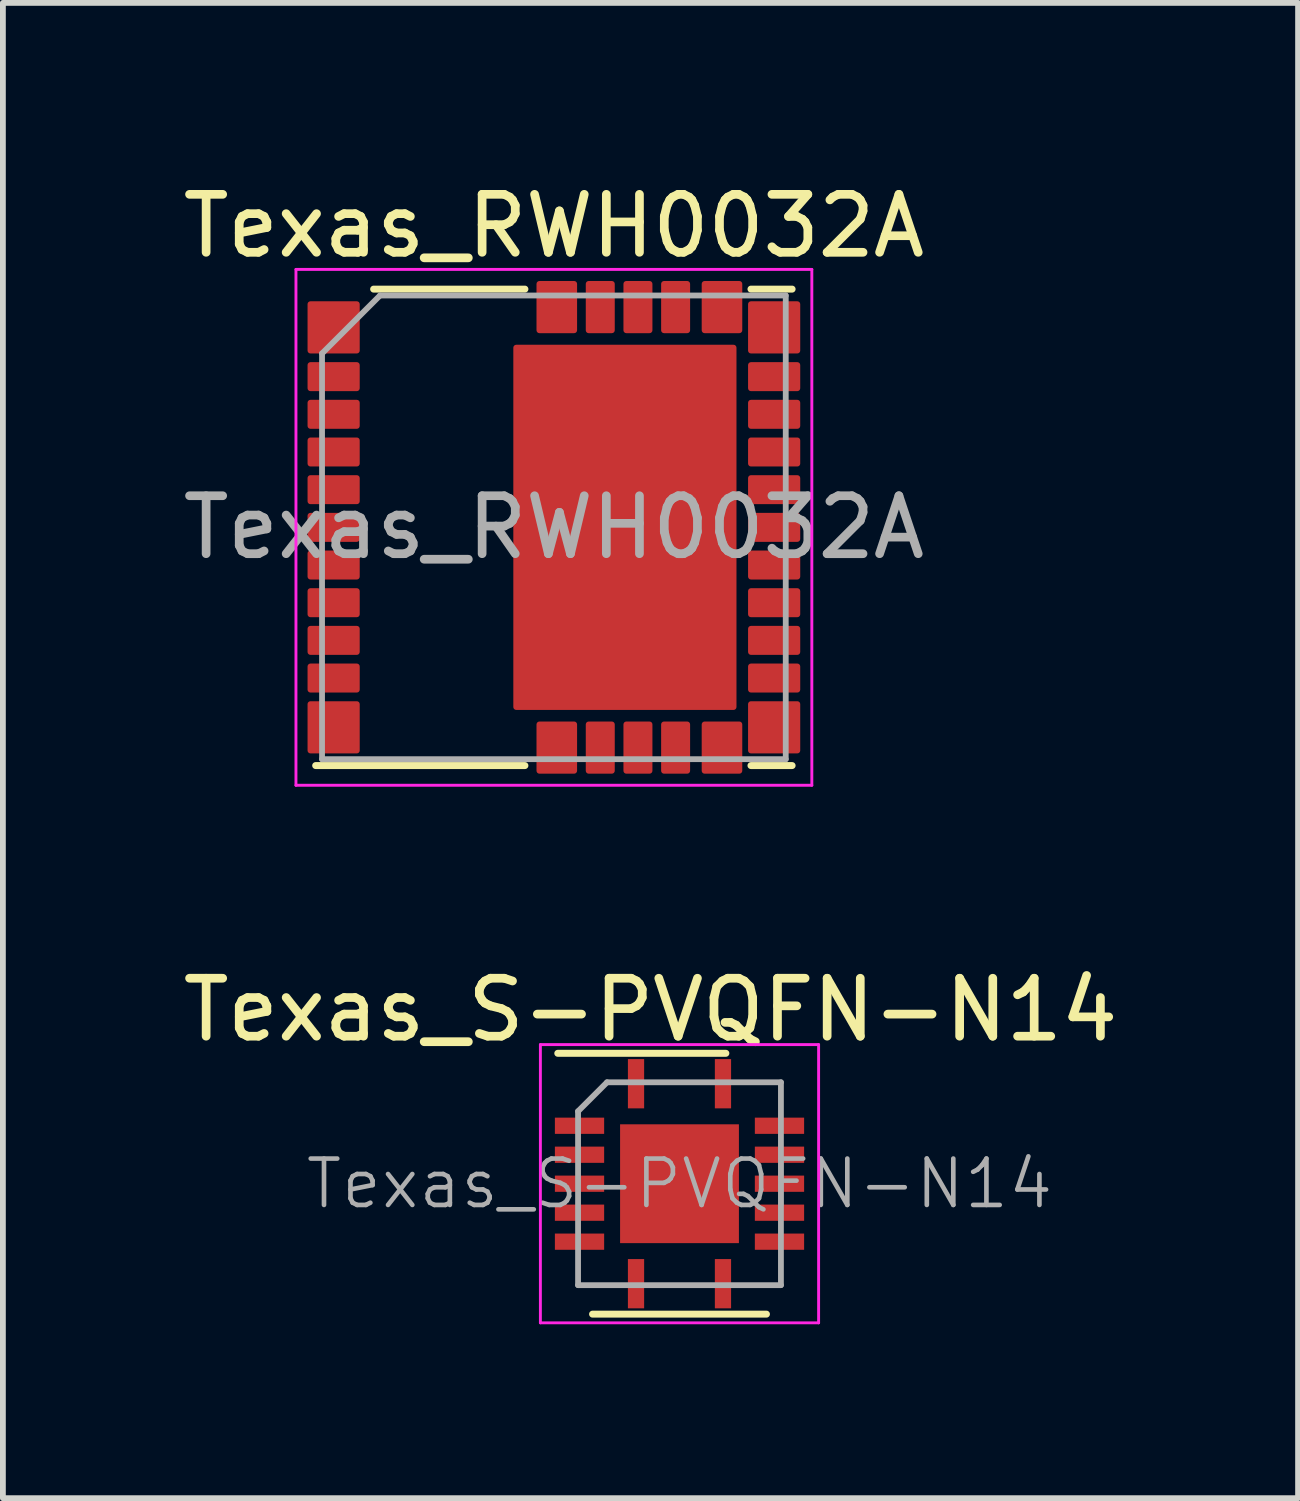
<source format=kicad_pcb>
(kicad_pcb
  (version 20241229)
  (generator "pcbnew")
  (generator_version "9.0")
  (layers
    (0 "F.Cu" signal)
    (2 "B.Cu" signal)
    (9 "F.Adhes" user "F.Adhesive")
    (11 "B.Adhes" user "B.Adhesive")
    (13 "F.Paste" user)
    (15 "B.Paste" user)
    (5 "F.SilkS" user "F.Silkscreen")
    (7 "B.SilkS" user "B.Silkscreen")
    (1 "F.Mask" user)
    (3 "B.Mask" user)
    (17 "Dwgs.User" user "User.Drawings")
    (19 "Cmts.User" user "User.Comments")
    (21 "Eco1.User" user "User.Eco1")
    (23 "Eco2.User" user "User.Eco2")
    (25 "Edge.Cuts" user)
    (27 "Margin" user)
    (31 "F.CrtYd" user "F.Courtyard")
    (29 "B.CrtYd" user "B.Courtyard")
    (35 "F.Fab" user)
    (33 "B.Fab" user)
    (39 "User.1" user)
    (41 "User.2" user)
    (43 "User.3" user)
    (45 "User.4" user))
  (footprint "Texas_S-PVQFN-N14"
    (layer "F.Cu")
    (at 8.673 17.372)
    (property "Reference" "Texas_S-PVQFN-N14" (at -0.5 -3 0) (layer "F.SilkS") (effects (font (size 1 1) (thickness 0.15))))
    (attr smd)
    (fp_line (start -1.5 2.25) (end 1.5 2.25) (stroke (width 0.12) (type solid)) (layer "F.SilkS"))
    (fp_line (start 0.8 -2.25) (end -2.1 -2.25) (stroke (width 0.12) (type solid)) (layer "F.SilkS"))
    (fp_line (start -2.4 -2.4) (end 2.4 -2.4) (stroke (width 0.05) (type solid)) (layer "F.CrtYd"))
    (fp_line (start -2.4 2.4) (end -2.4 -2.4) (stroke (width 0.05) (type solid)) (layer "F.CrtYd"))
    (fp_line (start 2.4 -2.4) (end 2.4 2.4) (stroke (width 0.05) (type solid)) (layer "F.CrtYd"))
    (fp_line (start 2.4 2.4) (end -2.4 2.4) (stroke (width 0.05) (type solid)) (layer "F.CrtYd"))
    (fp_line (start -1.75 1.75) (end -1.75 -1.25) (stroke (width 0.1) (type solid)) (layer "F.Fab"))
    (fp_line (start -1.25 -1.75) (end -1.75 -1.25) (stroke (width 0.1) (type solid)) (layer "F.Fab"))
    (fp_line (start -1.25 -1.75) (end 1.75 -1.75) (stroke (width 0.1) (type solid)) (layer "F.Fab"))
    (fp_line (start 1.75 -1.75) (end 1.75 1.75) (stroke (width 0.1) (type solid)) (layer "F.Fab"))
    (fp_line (start 1.75 1.75) (end -1.75 1.75) (stroke (width 0.1) (type solid)) (layer "F.Fab"))
    (fp_text user "${REFERENCE}" (at 0 0 0) (layer "F.Fab") (effects (font (size 0.8 0.8) (thickness 0.08))))
    (pad "" smd rect (at -0.56 -0.56 270) (size 0.82 0.82) (layers "F.Paste"))
    (pad "" smd rect (at -0.56 0.56 270) (size 0.82 0.82) (layers "F.Paste"))
    (pad "" smd rect (at 0.56 -0.56 270) (size 0.82 0.82) (layers "F.Paste"))
    (pad "" smd rect (at 0.56 0.56 270) (size 0.82 0.82) (layers "F.Paste"))
    (pad "1" smd rect (at -0.75 -1.725 270) (size 0.85 0.28) (layers "F.Cu" "F.Mask" "F.Paste"))
    (pad "2" smd rect (at -1.725 -1 270) (size 0.28 0.85) (layers "F.Cu" "F.Mask" "F.Paste"))
    (pad "3" smd rect (at -1.725 -0.5 270) (size 0.28 0.85) (layers "F.Cu" "F.Mask" "F.Paste"))
    (pad "4" smd rect (at -1.725 0 270) (size 0.28 0.85) (layers "F.Cu" "F.Mask" "F.Paste"))
    (pad "5" smd rect (at -1.725 0.5 270) (size 0.28 0.85) (layers "F.Cu" "F.Mask" "F.Paste"))
    (pad "6" smd rect (at -1.725 1 270) (size 0.28 0.85) (layers "F.Cu" "F.Mask" "F.Paste"))
    (pad "7" smd rect (at -0.75 1.725 270) (size 0.85 0.28) (layers "F.Cu" "F.Mask" "F.Paste"))
    (pad "8" smd rect (at 0.75 1.725 270) (size 0.85 0.28) (layers "F.Cu" "F.Mask" "F.Paste"))
    (pad "9" smd rect (at 1.725 1 270) (size 0.28 0.85) (layers "F.Cu" "F.Mask" "F.Paste"))
    (pad "10" smd rect (at 1.725 0.5 270) (size 0.28 0.85) (layers "F.Cu" "F.Mask" "F.Paste"))
    (pad "11" smd rect (at 1.725 0 270) (size 0.28 0.85) (layers "F.Cu" "F.Mask" "F.Paste"))
    (pad "12" smd rect (at 1.725 -0.5 270) (size 0.28 0.85) (layers "F.Cu" "F.Mask" "F.Paste"))
    (pad "13" smd rect (at 1.725 -1 270) (size 0.28 0.85) (layers "F.Cu" "F.Mask" "F.Paste"))
    (pad "14" smd rect (at 0.75 -1.725 270) (size 0.85 0.28) (layers "F.Cu" "F.Mask" "F.Paste"))
    (pad "15" smd rect (at 0 0 270) (size 2.05 2.05) (layers "F.Cu" "F.Mask")))
  (footprint "Texas_RWH0032A"
    (layer "F.Cu")
    (at 6.506 6.048)
    (property "Reference" "Texas_RWH0032A" (at 0 -5.2 0) (layer "F.SilkS") (effects (font (size 1 1) (thickness 0.15))))
    (attr smd)
    (fp_line (start -3.11 -4.11) (end -0.5 -4.11) (stroke (width 0.12) (type solid)) (layer "F.SilkS"))
    (fp_line (start -0.5 4.11) (end -4.11 4.11) (stroke (width 0.12) (type solid)) (layer "F.SilkS"))
    (fp_line (start 3.4 -4.11) (end 4.11 -4.11) (stroke (width 0.12) (type solid)) (layer "F.SilkS"))
    (fp_line (start 4.11 4.11) (end 3.4 4.11) (stroke (width 0.12) (type solid)) (layer "F.SilkS"))
    (fp_line (start -4.45 -4.45) (end 4.45 -4.45) (stroke (width 0.05) (type solid)) (layer "F.CrtYd"))
    (fp_line (start -4.45 4.45) (end -4.45 -4.45) (stroke (width 0.05) (type solid)) (layer "F.CrtYd"))
    (fp_line (start 4.45 -4.45) (end 4.45 4.45) (stroke (width 0.05) (type solid)) (layer "F.CrtYd"))
    (fp_line (start 4.45 4.45) (end -4.45 4.45) (stroke (width 0.05) (type solid)) (layer "F.CrtYd"))
    (fp_line (start -4 4) (end -4 -3) (stroke (width 0.1) (type solid)) (layer "F.Fab"))
    (fp_line (start -3 -4) (end -4 -3) (stroke (width 0.1) (type solid)) (layer "F.Fab"))
    (fp_line (start -3 -4) (end 4 -4) (stroke (width 0.1) (type solid)) (layer "F.Fab"))
    (fp_line (start 4 -4) (end 4 4) (stroke (width 0.1) (type solid)) (layer "F.Fab"))
    (fp_line (start 4 4) (end -4 4) (stroke (width 0.1) (type solid)) (layer "F.Fab"))
    (fp_text user "${REFERENCE}" (at 0 0 0) (layer "F.Fab") (effects (font (size 1 1) (thickness 0.15))))
    (pad "" smd roundrect (at -3.8 -2.6) (size 0.76 0.4) (layers "F.Paste") (roundrect_rratio 0.125))
    (pad "" smd roundrect (at -3.8 -1.95) (size 0.76 0.4) (layers "F.Paste") (roundrect_rratio 0.125))
    (pad "" smd roundrect (at -3.8 -1.3) (size 0.76 0.4) (layers "F.Paste") (roundrect_rratio 0.125))
    (pad "" smd roundrect (at -3.8 -0.65) (size 0.76 0.4) (layers "F.Paste") (roundrect_rratio 0.125))
    (pad "" smd roundrect (at -3.8 0) (size 0.76 0.4) (layers "F.Paste") (roundrect_rratio 0.125))
    (pad "" smd roundrect (at -3.8 0.65) (size 0.76 0.4) (layers "F.Paste") (roundrect_rratio 0.125))
    (pad "" smd roundrect (at -3.8 1.3) (size 0.76 0.4) (layers "F.Paste") (roundrect_rratio 0.125))
    (pad "" smd roundrect (at -3.8 1.95) (size 0.76 0.4) (layers "F.Paste") (roundrect_rratio 0.125))
    (pad "" smd roundrect (at -3.8 2.6) (size 0.76 0.4) (layers "F.Paste") (roundrect_rratio 0.125))
    (pad "" smd roundrect (at 0.05 -3.8) (size 0.6 0.76) (layers "F.Paste") (roundrect_rratio 0.084))
    (pad "" smd roundrect (at 0.05 3.8) (size 0.6 0.76) (layers "F.Paste") (roundrect_rratio 0.084))
    (pad "" smd roundrect (at 0.325 -2.38) (size 1.6 0.99) (layers "F.Paste") (roundrect_rratio 0.051))
    (pad "" smd roundrect (at 0.325 -1.19) (size 1.6 0.99) (layers "F.Paste") (roundrect_rratio 0.051))
    (pad "" smd roundrect (at 0.325 0) (size 1.6 0.99) (layers "F.Paste") (roundrect_rratio 0.051))
    (pad "" smd roundrect (at 0.325 1.19) (size 1.6 0.99) (layers "F.Paste") (roundrect_rratio 0.051))
    (pad "" smd roundrect (at 0.325 2.38) (size 1.6 0.99) (layers "F.Paste") (roundrect_rratio 0.051))
    (pad "" smd roundrect (at 0.8 -3.8) (size 0.4 0.76) (layers "F.Paste") (roundrect_rratio 0.125))
    (pad "" smd roundrect (at 0.8 3.8) (size 0.4 0.76) (layers "F.Paste") (roundrect_rratio 0.125))
    (pad "" smd roundrect (at 1.45 -3.8) (size 0.4 0.76) (layers "F.Paste") (roundrect_rratio 0.125))
    (pad "" smd roundrect (at 1.45 3.8) (size 0.4 0.76) (layers "F.Paste") (roundrect_rratio 0.125))
    (pad "" smd roundrect (at 2.1 -3.8) (size 0.4 0.76) (layers "F.Paste") (roundrect_rratio 0.125))
    (pad "" smd roundrect (at 2.1 3.8) (size 0.4 0.76) (layers "F.Paste") (roundrect_rratio 0.125))
    (pad "" smd roundrect (at 2.125 -2.38) (size 1.6 0.99) (layers "F.Paste") (roundrect_rratio 0.051))
    (pad "" smd roundrect (at 2.125 -1.19) (size 1.6 0.99) (layers "F.Paste") (roundrect_rratio 0.051))
    (pad "" smd roundrect (at 2.125 0) (size 1.6 0.99) (layers "F.Paste") (roundrect_rratio 0.051))
    (pad "" smd roundrect (at 2.125 1.19) (size 1.6 0.99) (layers "F.Paste") (roundrect_rratio 0.051))
    (pad "" smd roundrect (at 2.125 2.38) (size 1.6 0.99) (layers "F.Paste") (roundrect_rratio 0.051))
    (pad "" smd roundrect (at 2.9 -3.8) (size 0.6 0.76) (layers "F.Paste") (roundrect_rratio 0.084))
    (pad "" smd roundrect (at 2.9 3.8) (size 0.6 0.76) (layers "F.Paste") (roundrect_rratio 0.084))
    (pad "" smd roundrect (at 3.8 -2.6) (size 0.76 0.4) (layers "F.Paste") (roundrect_rratio 0.125))
    (pad "" smd roundrect (at 3.8 -1.95) (size 0.76 0.4) (layers "F.Paste") (roundrect_rratio 0.125))
    (pad "" smd roundrect (at 3.8 -1.3) (size 0.76 0.4) (layers "F.Paste") (roundrect_rratio 0.125))
    (pad "" smd roundrect (at 3.8 -0.65) (size 0.76 0.4) (layers "F.Paste") (roundrect_rratio 0.125))
    (pad "" smd roundrect (at 3.8 0) (size 0.76 0.4) (layers "F.Paste") (roundrect_rratio 0.125))
    (pad "" smd roundrect (at 3.8 0.65) (size 0.76 0.4) (layers "F.Paste") (roundrect_rratio 0.125))
    (pad "" smd roundrect (at 3.8 1.3) (size 0.76 0.4) (layers "F.Paste") (roundrect_rratio 0.125))
    (pad "" smd roundrect (at 3.8 1.95) (size 0.76 0.4) (layers "F.Paste") (roundrect_rratio 0.125))
    (pad "" smd roundrect (at 3.8 2.6) (size 0.76 0.4) (layers "F.Paste") (roundrect_rratio 0.125))
    (pad "1" smd roundrect (at -3.8 -3.45) (size 0.9 0.9) (layers "F.Cu" "F.Mask" "F.Paste") (roundrect_rratio 0.055))
    (pad "2" smd roundrect (at -3.8 -2.6) (size 0.9 0.5) (layers "F.Cu" "F.Mask") (roundrect_rratio 0.1))
    (pad "3" smd roundrect (at -3.8 -1.95) (size 0.9 0.5) (layers "F.Cu" "F.Mask") (roundrect_rratio 0.1))
    (pad "4" smd roundrect (at -3.8 -1.3) (size 0.9 0.5) (layers "F.Cu" "F.Mask") (roundrect_rratio 0.1))
    (pad "5" smd roundrect (at -3.8 -0.65) (size 0.9 0.5) (layers "F.Cu" "F.Mask") (roundrect_rratio 0.1))
    (pad "6" smd roundrect (at -3.8 0) (size 0.9 0.5) (layers "F.Cu" "F.Mask") (roundrect_rratio 0.1))
    (pad "7" smd roundrect (at -3.8 0.65) (size 0.9 0.5) (layers "F.Cu" "F.Mask") (roundrect_rratio 0.1))
    (pad "8" smd roundrect (at -3.8 1.3) (size 0.9 0.5) (layers "F.Cu" "F.Mask") (roundrect_rratio 0.1))
    (pad "9" smd roundrect (at -3.8 1.95) (size 0.9 0.5) (layers "F.Cu" "F.Mask") (roundrect_rratio 0.1))
    (pad "10" smd roundrect (at -3.8 2.6) (size 0.9 0.5) (layers "F.Cu" "F.Mask") (roundrect_rratio 0.1))
    (pad "11" smd roundrect (at -3.8 3.45) (size 0.9 0.9) (layers "F.Cu" "F.Mask" "F.Paste") (roundrect_rratio 0.055))
    (pad "12" smd roundrect (at 0.05 3.8) (size 0.7 0.9) (layers "F.Cu" "F.Mask") (roundrect_rratio 0.072))
    (pad "13" smd roundrect (at 0.8 3.8) (size 0.5 0.9) (layers "F.Cu" "F.Mask") (roundrect_rratio 0.1))
    (pad "14" smd roundrect (at 1.45 3.8) (size 0.5 0.9) (layers "F.Cu" "F.Mask") (roundrect_rratio 0.1))
    (pad "15" smd roundrect (at 2.1 3.8) (size 0.5 0.9) (layers "F.Cu" "F.Mask") (roundrect_rratio 0.1))
    (pad "16" smd roundrect (at 2.9 3.8) (size 0.7 0.9) (layers "F.Cu" "F.Mask") (roundrect_rratio 0.072))
    (pad "17" smd roundrect (at 3.8 3.45) (size 0.9 0.9) (layers "F.Cu" "F.Mask" "F.Paste") (roundrect_rratio 0.055))
    (pad "18" smd roundrect (at 3.8 2.6) (size 0.9 0.5) (layers "F.Cu" "F.Mask") (roundrect_rratio 0.1))
    (pad "19" smd roundrect (at 3.8 1.95) (size 0.9 0.5) (layers "F.Cu" "F.Mask") (roundrect_rratio 0.1))
    (pad "20" smd roundrect (at 3.8 1.3) (size 0.9 0.5) (layers "F.Cu" "F.Mask") (roundrect_rratio 0.1))
    (pad "21" smd roundrect (at 3.8 0.65) (size 0.9 0.5) (layers "F.Cu" "F.Mask") (roundrect_rratio 0.1))
    (pad "22" smd roundrect (at 3.8 0) (size 0.9 0.5) (layers "F.Cu" "F.Mask") (roundrect_rratio 0.1))
    (pad "23" smd roundrect (at 3.8 -0.65) (size 0.9 0.5) (layers "F.Cu" "F.Mask") (roundrect_rratio 0.1))
    (pad "24" smd roundrect (at 3.8 -1.3) (size 0.9 0.5) (layers "F.Cu" "F.Mask") (roundrect_rratio 0.1))
    (pad "25" smd roundrect (at 3.8 -1.95) (size 0.9 0.5) (layers "F.Cu" "F.Mask") (roundrect_rratio 0.1))
    (pad "26" smd roundrect (at 3.8 -2.6) (size 0.9 0.5) (layers "F.Cu" "F.Mask") (roundrect_rratio 0.1))
    (pad "27" smd roundrect (at 3.8 -3.45) (size 0.9 0.9) (layers "F.Cu" "F.Mask" "F.Paste") (roundrect_rratio 0.055))
    (pad "28" smd roundrect (at 2.9 -3.8) (size 0.7 0.9) (layers "F.Cu" "F.Mask") (roundrect_rratio 0.072))
    (pad "29" smd roundrect (at 2.1 -3.8) (size 0.5 0.9) (layers "F.Cu" "F.Mask") (roundrect_rratio 0.1))
    (pad "30" smd roundrect (at 1.45 -3.8) (size 0.5 0.9) (layers "F.Cu" "F.Mask") (roundrect_rratio 0.1))
    (pad "31" smd roundrect (at 0.8 -3.8) (size 0.5 0.9) (layers "F.Cu" "F.Mask") (roundrect_rratio 0.1))
    (pad "32" smd roundrect (at 0.05 -3.8) (size 0.7 0.9) (layers "F.Cu" "F.Mask") (roundrect_rratio 0.072))
    (pad "33" smd roundrect (at 1.225 0) (size 3.85 6.3) (layers "F.Cu" "F.Mask") (roundrect_rratio 0.013)))
  (gr_rect
    (start -3 -3)
    (end 19.345 22.797)
    (stroke (width 0.1) (type default))
    (fill no)
    (layer "Edge.Cuts")))
</source>
